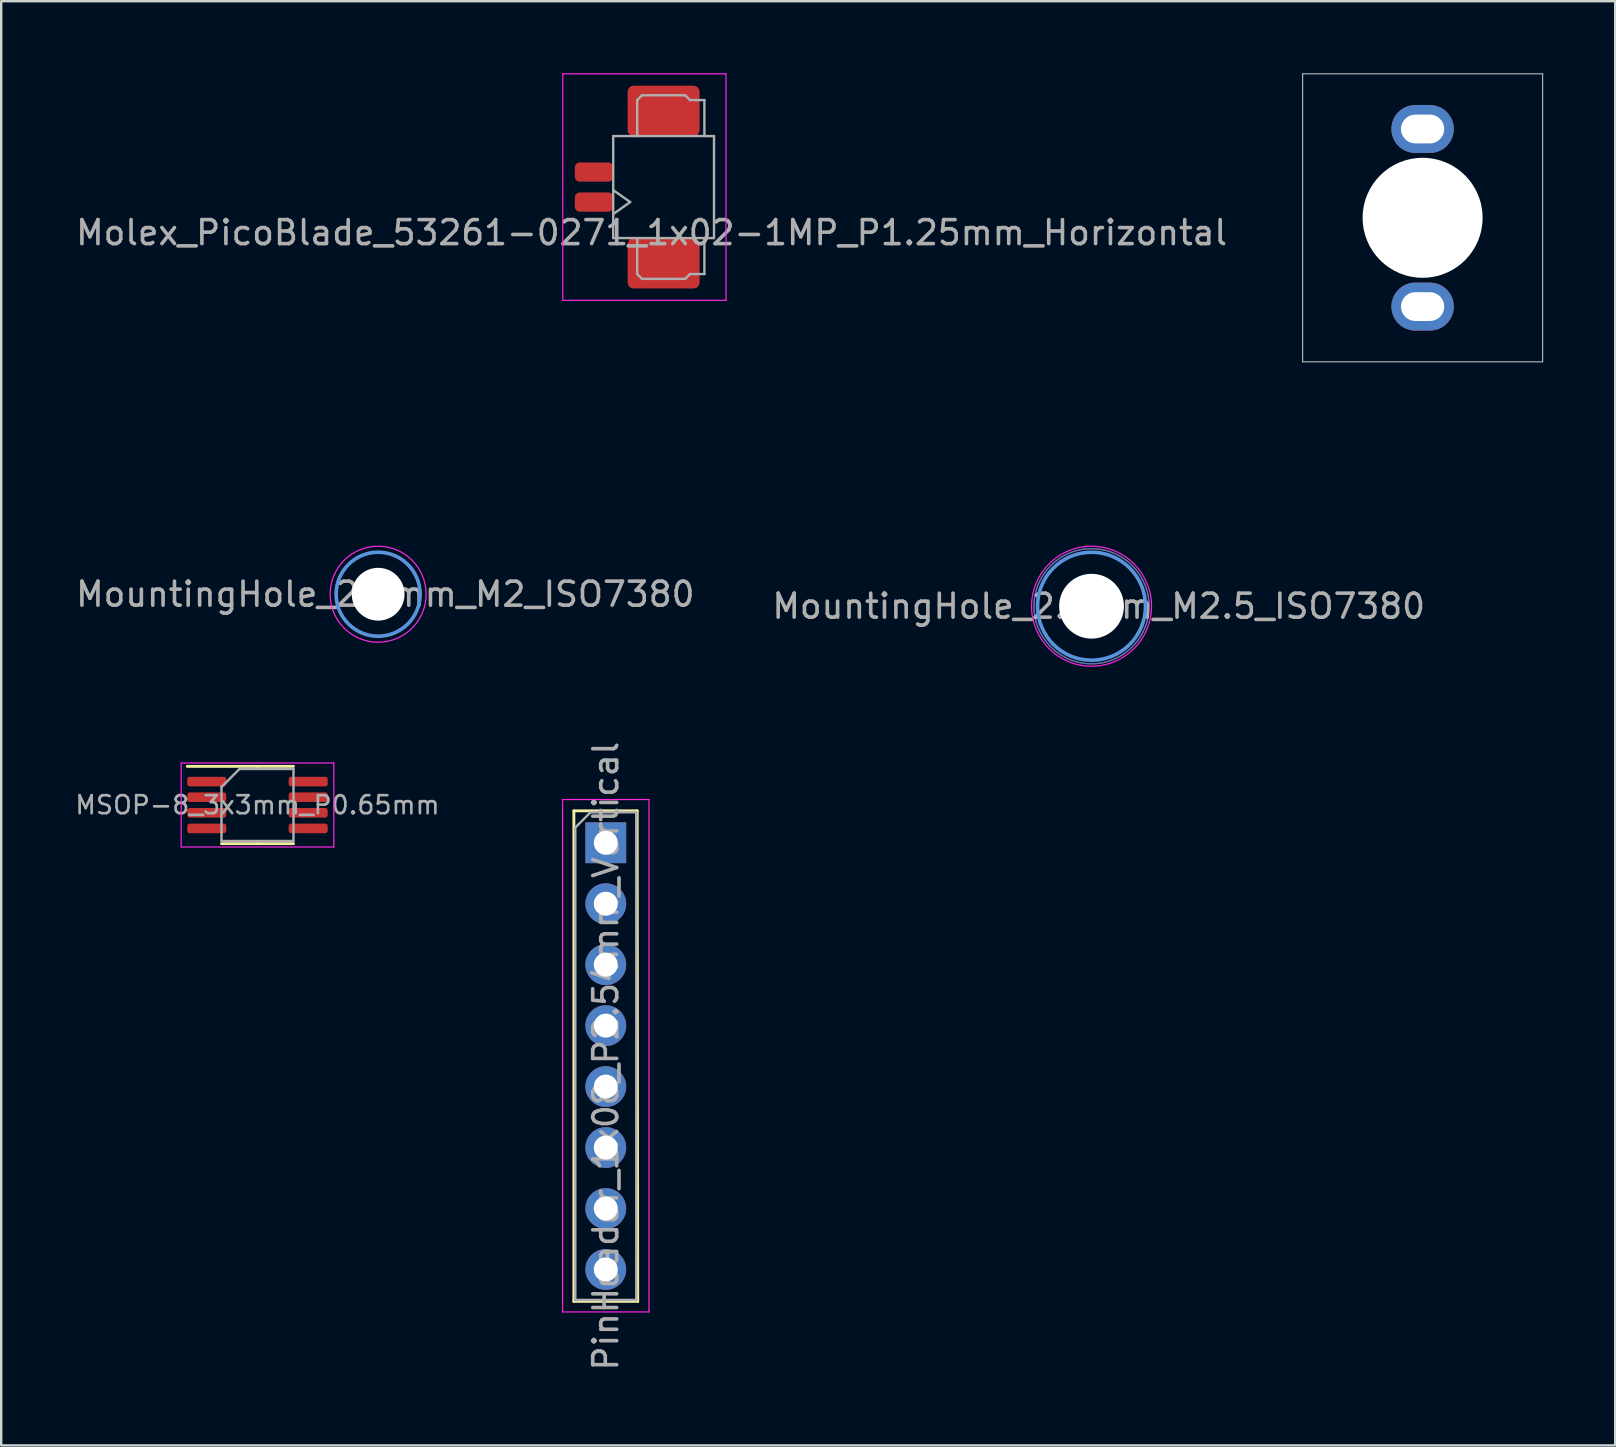
<source format=kicad_pcb>
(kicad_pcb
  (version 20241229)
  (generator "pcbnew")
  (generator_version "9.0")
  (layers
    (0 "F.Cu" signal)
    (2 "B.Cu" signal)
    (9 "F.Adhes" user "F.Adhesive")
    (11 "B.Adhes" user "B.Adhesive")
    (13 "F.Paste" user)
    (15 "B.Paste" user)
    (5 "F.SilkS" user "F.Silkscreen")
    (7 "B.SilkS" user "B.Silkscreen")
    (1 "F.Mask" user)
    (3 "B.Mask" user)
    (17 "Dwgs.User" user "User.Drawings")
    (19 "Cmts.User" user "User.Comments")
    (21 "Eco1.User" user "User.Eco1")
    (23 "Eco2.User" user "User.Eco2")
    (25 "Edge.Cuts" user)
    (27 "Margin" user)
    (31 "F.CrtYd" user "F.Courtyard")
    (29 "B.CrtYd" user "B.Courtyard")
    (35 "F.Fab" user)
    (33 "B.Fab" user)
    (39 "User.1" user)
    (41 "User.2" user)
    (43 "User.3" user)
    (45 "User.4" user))
  (footprint "MSOP-8_3x3mm_P0.65mm"
    (layer "F.Cu")
    (at 7.679 30.492)
    (property "Reference" "MSOP-8_3x3mm_P0.65mm" (at 0 -2.45 0) (layer "Eco2.User") (effects (font (size 0.3 0.3) (thickness 0.075))))
    (attr smd)
    (fp_line (start 0 -1.61) (end -2.925 -1.61) (stroke (width 0.12) (type solid)) (layer "F.SilkS"))
    (fp_line (start 0 -1.61) (end 1.5 -1.61) (stroke (width 0.12) (type solid)) (layer "F.SilkS"))
    (fp_line (start 0 1.61) (end -1.5 1.61) (stroke (width 0.12) (type solid)) (layer "F.SilkS"))
    (fp_line (start 0 1.61) (end 1.5 1.61) (stroke (width 0.12) (type solid)) (layer "F.SilkS"))
    (fp_line (start -3.18 -1.75) (end -3.18 1.75) (stroke (width 0.05) (type solid)) (layer "F.CrtYd"))
    (fp_line (start -3.18 1.75) (end 3.18 1.75) (stroke (width 0.05) (type solid)) (layer "F.CrtYd"))
    (fp_line (start 3.18 -1.75) (end -3.18 -1.75) (stroke (width 0.05) (type solid)) (layer "F.CrtYd"))
    (fp_line (start 3.18 1.75) (end 3.18 -1.75) (stroke (width 0.05) (type solid)) (layer "F.CrtYd"))
    (fp_line (start -1.5 -0.75) (end -0.75 -1.5) (stroke (width 0.1) (type solid)) (layer "F.Fab"))
    (fp_line (start -1.5 1.5) (end -1.5 -0.75) (stroke (width 0.1) (type solid)) (layer "F.Fab"))
    (fp_line (start -0.75 -1.5) (end 1.5 -1.5) (stroke (width 0.1) (type solid)) (layer "F.Fab"))
    (fp_line (start 1.5 -1.5) (end 1.5 1.5) (stroke (width 0.1) (type solid)) (layer "F.Fab"))
    (fp_line (start 1.5 1.5) (end -1.5 1.5) (stroke (width 0.1) (type solid)) (layer "F.Fab"))
    (fp_text user "${REFERENCE}" (at 0 0 0) (layer "F.Fab") (effects (font (size 0.75 0.75) (thickness 0.11))))
    (pad "1" smd roundrect (at -2.112 -0.975) (size 1.625 0.4) (layers "F.Cu" "F.Mask" "F.Paste") (roundrect_rratio 0.25))
    (pad "2" smd roundrect (at -2.112 -0.325) (size 1.625 0.4) (layers "F.Cu" "F.Mask" "F.Paste") (roundrect_rratio 0.25))
    (pad "3" smd roundrect (at -2.112 0.325) (size 1.625 0.4) (layers "F.Cu" "F.Mask" "F.Paste") (roundrect_rratio 0.25))
    (pad "4" smd roundrect (at -2.112 0.975) (size 1.625 0.4) (layers "F.Cu" "F.Mask" "F.Paste") (roundrect_rratio 0.25))
    (pad "5" smd roundrect (at 2.112 0.975) (size 1.625 0.4) (layers "F.Cu" "F.Mask" "F.Paste") (roundrect_rratio 0.25))
    (pad "6" smd roundrect (at 2.112 0.325) (size 1.625 0.4) (layers "F.Cu" "F.Mask" "F.Paste") (roundrect_rratio 0.25))
    (pad "7" smd roundrect (at 2.112 -0.325) (size 1.625 0.4) (layers "F.Cu" "F.Mask" "F.Paste") (roundrect_rratio 0.25))
    (pad "8" smd roundrect (at 2.112 -0.975) (size 1.625 0.4) (layers "F.Cu" "F.Mask" "F.Paste") (roundrect_rratio 0.25)))
  (footprint "Motor"
    (layer "F.Cu")
    (at 56.227 6.025)
    (property "Reference" "Motor" (at 0.17 5.78 0) (unlocked yes) (layer "Eco1.User") (effects (font (size 1 1) (thickness 0.15))))
    (attr through_hole)
    (fp_line (start -5 -6) (end -5 6) (stroke (width 0.05) (type solid)) (layer "F.Fab"))
    (fp_line (start -5 6) (end 5 6) (stroke (width 0.05) (type solid)) (layer "F.Fab"))
    (fp_line (start 5 -6) (end -5 -6) (stroke (width 0.05) (type solid)) (layer "F.Fab"))
    (fp_line (start 5 6) (end 5 -6) (stroke (width 0.05) (type solid)) (layer "F.Fab"))
    (fp_text user "${REFERENCE}" (at 0.17 8.78 0) (unlocked yes) (layer "Eco2.User") (effects (font (size 1 1) (thickness 0.15))))
    (pad "" np_thru_hole circle (at 0 0) (size 5 5) (drill 5) (layers "*.Cu" "*.Mask"))
    (pad "1" thru_hole oval (at 0 -3.7) (size 2.6 2) (drill oval 1.8 1.2) (layers "*.Cu" "*.Mask"))
    (pad "2" thru_hole oval (at 0 3.7) (size 2.6 2) (drill oval 1.8 1.2) (layers "*.Cu" "*.Mask")))
  (footprint "MountingHole_2.2mm_M2_ISO7380"
    (layer "F.Cu")
    (at 12.706 21.71)
    (property "Reference" "MountingHole_2.2mm_M2_ISO7380" (at 0 -2.75 0) (layer "Eco2.User") (effects (font (size 0.3 0.3) (thickness 0.075))))
    (attr exclude_from_pos_files exclude_from_bom)
    (fp_circle (center 0 0) (end 1.75 0) (stroke (width 0.1) (type solid)) (fill no) (layer "F.Cu"))
    (fp_circle (center -0.005 0) (end 1.745 0) (stroke (width 0.1) (type solid)) (fill no) (layer "B.Cu"))
    (fp_circle (center 0 0) (end 1.75 0) (stroke (width 0.15) (type solid)) (fill no) (layer "Cmts.User"))
    (fp_circle (center 0 0) (end 2 0) (stroke (width 0.05) (type solid)) (fill no) (layer "F.CrtYd"))
    (fp_text user "${REFERENCE}" (at 0.3 0 0) (layer "F.Fab") (effects (font (size 1 1) (thickness 0.15))))
    (pad "" np_thru_hole circle (at 0 0) (size 2.2 2.2) (drill 2.2) (layers "*.Cu" "*.Mask")))
  (footprint "Molex_PicoBlade_53261-0271_1x02-1MP_P1.25mm_Horizontal"
    (layer "F.Cu")
    (at 24.101 4.745)
    (property "Reference" "Molex_PicoBlade_53261-0271_1x02-1MP_P1.25mm_Horizontal" (at -0.127 0.188 180) (layer "Eco2.User") (effects (font (size 0.3 0.3) (thickness 0.075))))
    (attr smd)
    (fp_line (start -3.7 -4.72) (end -3.7 4.72) (stroke (width 0.05) (type solid)) (layer "F.CrtYd"))
    (fp_line (start -3.7 4.72) (end 3.1 4.72) (stroke (width 0.05) (type solid)) (layer "F.CrtYd"))
    (fp_line (start 3.1 -4.72) (end -3.7 -4.72) (stroke (width 0.05) (type solid)) (layer "F.CrtYd"))
    (fp_line (start 3.1 4.72) (end 3.1 -4.72) (stroke (width 0.05) (type solid)) (layer "F.CrtYd"))
    (fp_line (start -1.6 -2.125) (end 2.6 -2.125) (stroke (width 0.1) (type solid)) (layer "F.Fab"))
    (fp_line (start -1.6 1.125) (end -0.893 0.625) (stroke (width 0.1) (type solid)) (layer "F.Fab"))
    (fp_line (start -1.6 2.125) (end -1.6 -2.125) (stroke (width 0.1) (type solid)) (layer "F.Fab"))
    (fp_line (start -1.6 2.125) (end 2.6 2.125) (stroke (width 0.1) (type solid)) (layer "F.Fab"))
    (fp_line (start -0.893 0.625) (end -1.6 0.125) (stroke (width 0.1) (type solid)) (layer "F.Fab"))
    (fp_line (start -0.6 -3.625) (end -0.4 -3.825) (stroke (width 0.1) (type solid)) (layer "F.Fab"))
    (fp_line (start -0.6 -2.125) (end -0.6 -3.625) (stroke (width 0.1) (type solid)) (layer "F.Fab"))
    (fp_line (start -0.6 2.125) (end -0.6 3.625) (stroke (width 0.1) (type solid)) (layer "F.Fab"))
    (fp_line (start -0.6 3.625) (end -0.4 3.825) (stroke (width 0.1) (type solid)) (layer "F.Fab"))
    (fp_line (start -0.4 -3.825) (end 1.4 -3.825) (stroke (width 0.1) (type solid)) (layer "F.Fab"))
    (fp_line (start -0.4 3.825) (end 1.4 3.825) (stroke (width 0.1) (type solid)) (layer "F.Fab"))
    (fp_line (start 1.4 -3.825) (end 1.6 -3.625) (stroke (width 0.1) (type solid)) (layer "F.Fab"))
    (fp_line (start 1.4 3.825) (end 1.6 3.625) (stroke (width 0.1) (type solid)) (layer "F.Fab"))
    (fp_line (start 1.6 -3.625) (end 2.2 -3.625) (stroke (width 0.1) (type solid)) (layer "F.Fab"))
    (fp_line (start 1.6 3.625) (end 2.2 3.625) (stroke (width 0.1) (type solid)) (layer "F.Fab"))
    (fp_line (start 2.2 -3.625) (end 2.2 -2.125) (stroke (width 0.1) (type solid)) (layer "F.Fab"))
    (fp_line (start 2.2 3.625) (end 2.2 2.125) (stroke (width 0.1) (type solid)) (layer "F.Fab"))
    (fp_line (start 2.6 2.125) (end 2.6 -2.125) (stroke (width 0.1) (type solid)) (layer "F.Fab"))
    (fp_text user "${REFERENCE}" (at 0 1.9 180) (layer "F.Fab") (effects (font (size 1 1) (thickness 0.15))))
    (pad "1" smd roundrect (at -2.4 0.625 90) (size 0.8 1.6) (layers "F.Cu" "F.Mask" "F.Paste") (roundrect_rratio 0.25))
    (pad "2" smd roundrect (at -2.4 -0.625 90) (size 0.8 1.6) (layers "F.Cu" "F.Mask" "F.Paste") (roundrect_rratio 0.25))
    (pad "MP" smd roundrect (at 0.5 -3.175 90) (size 2.1 3) (layers "F.Cu" "F.Mask" "F.Paste") (roundrect_rratio 0.119))
    (pad "MP" smd roundrect (at 0.5 3.175 90) (size 2.1 3) (layers "F.Cu" "F.Mask" "F.Paste") (roundrect_rratio 0.119)))
  (footprint "PinHeader_1x08_P2.54mm_Vertical"
    (layer "F.Cu")
    (at 22.192 32.066)
    (property "Reference" "PinHeader_1x08_P2.54mm_Vertical" (at 0.178 8.987 180) (layer "Eco2.User") (effects (font (size 0.3 0.3) (thickness 0.075))))
    (attr through_hole)
    (fp_line (start -1.33 -1.33) (end -1.33 19.11) (stroke (width 0.12) (type solid)) (layer "F.SilkS"))
    (fp_line (start -1.33 -1.33) (end 1.308 -1.33) (stroke (width 0.12) (type solid)) (layer "F.SilkS"))
    (fp_line (start -1.33 19.11) (end 1.33 19.11) (stroke (width 0.12) (type solid)) (layer "F.SilkS"))
    (fp_line (start 1.308 -1.33) (end 1.33 19.11) (stroke (width 0.12) (type solid)) (layer "F.SilkS"))
    (fp_line (start -1.8 -1.8) (end -1.8 19.55) (stroke (width 0.05) (type solid)) (layer "F.CrtYd"))
    (fp_line (start -1.8 19.55) (end 1.8 19.55) (stroke (width 0.05) (type solid)) (layer "F.CrtYd"))
    (fp_line (start 1.8 -1.8) (end -1.8 -1.8) (stroke (width 0.05) (type solid)) (layer "F.CrtYd"))
    (fp_line (start 1.8 19.55) (end 1.8 -1.8) (stroke (width 0.05) (type solid)) (layer "F.CrtYd"))
    (fp_line (start -1.27 -0.635) (end -0.635 -1.27) (stroke (width 0.1) (type solid)) (layer "F.Fab"))
    (fp_line (start -1.27 19.05) (end -1.27 -0.635) (stroke (width 0.1) (type solid)) (layer "F.Fab"))
    (fp_line (start -0.635 -1.27) (end 1.27 -1.27) (stroke (width 0.1) (type solid)) (layer "F.Fab"))
    (fp_line (start 1.27 -1.27) (end 1.27 19.05) (stroke (width 0.1) (type solid)) (layer "F.Fab"))
    (fp_line (start 1.27 19.05) (end -1.27 19.05) (stroke (width 0.1) (type solid)) (layer "F.Fab"))
    (fp_text user "${REFERENCE}" (at 0 8.89 90) (layer "F.Fab") (effects (font (size 1 1) (thickness 0.15))))
    (pad "1" thru_hole rect (at 0 0) (size 1.7 1.7) (drill 1) (layers "*.Cu" "*.Mask"))
    (pad "2" thru_hole oval (at 0 2.54) (size 1.7 1.7) (drill 1) (layers "*.Cu" "*.Mask"))
    (pad "3" thru_hole oval (at 0 5.08) (size 1.7 1.7) (drill 1) (layers "*.Cu" "*.Mask"))
    (pad "4" thru_hole oval (at 0 7.62) (size 1.7 1.7) (drill 1) (layers "*.Cu" "*.Mask"))
    (pad "5" thru_hole oval (at 0 10.16) (size 1.7 1.7) (drill 1) (layers "*.Cu" "*.Mask"))
    (pad "6" thru_hole oval (at 0 12.7) (size 1.7 1.7) (drill 1) (layers "*.Cu" "*.Mask"))
    (pad "7" thru_hole oval (at 0 15.24) (size 1.7 1.7) (drill 1) (layers "*.Cu" "*.Mask"))
    (pad "8" thru_hole oval (at 0 17.78) (size 1.7 1.7) (drill 1) (layers "*.Cu" "*.Mask")))
  (footprint "MountingHole_2.7mm_M2.5_ISO7380"
    (layer "F.Cu")
    (at 42.432 22.21)
    (property "Reference" "MountingHole_2.7mm_M2.5_ISO7380" (at 0 -3.25 0) (layer "Eco2.User") (effects (font (size 0.3 0.3) (thickness 0.075))))
    (attr exclude_from_pos_files exclude_from_bom)
    (fp_circle (center 0 0) (end 2.4 0) (stroke (width 0.05) (type solid)) (fill no) (layer "F.Cu"))
    (fp_circle (center 0 0) (end 2.4 0) (stroke (width 0.05) (type solid)) (fill no) (layer "B.Cu"))
    (fp_circle (center 0 0) (end 2.25 0) (stroke (width 0.15) (type solid)) (fill no) (layer "Cmts.User"))
    (fp_circle (center 0 0) (end 2.5 0) (stroke (width 0.05) (type solid)) (fill no) (layer "F.CrtYd"))
    (fp_text user "${REFERENCE}" (at 0.3 0 0) (layer "F.Fab") (effects (font (size 1 1) (thickness 0.15))))
    (pad "" np_thru_hole circle (at 0 0) (size 2.7 2.7) (drill 2.7) (layers "*.Cu" "*.Mask")))
  (gr_rect
    (start -3 -3)
    (end 64.252 57.176)
    (stroke (width 0.1) (type default))
    (fill no)
    (layer "Edge.Cuts")))
</source>
